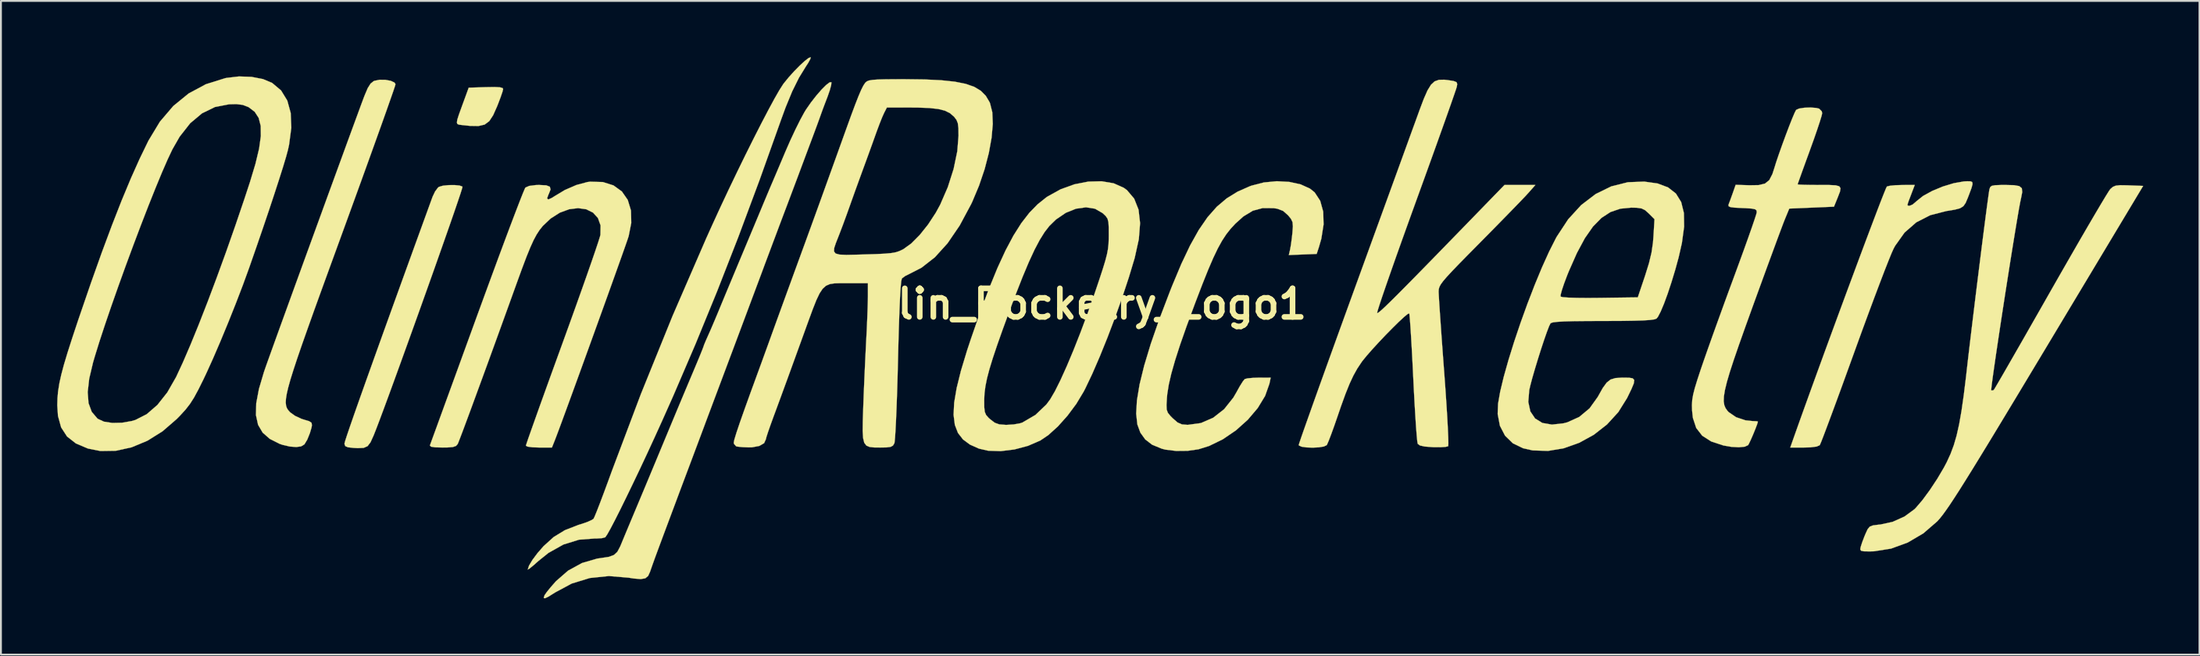
<source format=kicad_pcb>
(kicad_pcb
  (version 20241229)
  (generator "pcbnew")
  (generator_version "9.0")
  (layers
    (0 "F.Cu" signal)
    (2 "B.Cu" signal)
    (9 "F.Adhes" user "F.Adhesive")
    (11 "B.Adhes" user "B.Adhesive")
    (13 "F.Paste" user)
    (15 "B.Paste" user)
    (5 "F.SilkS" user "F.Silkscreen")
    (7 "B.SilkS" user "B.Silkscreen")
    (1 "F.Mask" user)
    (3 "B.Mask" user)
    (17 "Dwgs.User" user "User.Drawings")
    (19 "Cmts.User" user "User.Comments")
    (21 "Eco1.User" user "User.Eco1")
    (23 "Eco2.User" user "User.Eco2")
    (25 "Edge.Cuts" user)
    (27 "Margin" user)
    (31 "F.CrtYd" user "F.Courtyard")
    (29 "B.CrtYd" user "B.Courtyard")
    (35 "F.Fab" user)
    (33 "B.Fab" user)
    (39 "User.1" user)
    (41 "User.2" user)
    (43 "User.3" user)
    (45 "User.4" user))
  (footprint "Olin_Rocketry_Logo1"
    (layer "F.Cu")
    (at 54.936 13.17)
    (property "Reference" "Olin_Rocketry_Logo1" (at 0 0 0) (layer "F.SilkS") (effects (font (size 1.524 1.524) (thickness 0.3))))
    (attr through_hole)
    (fp_poly (pts (xy -31.32 -11.562) (xy -31.177 -11.521) (xy -31.148 -11.469) (xy -31.185 -11.321) (xy -31.281 -11.039) (xy -31.419 -10.675) (xy -31.475 -10.535) (xy -31.682 -10.071) (xy -31.887 -9.758) (xy -32.134 -9.573) (xy -32.463 -9.496) (xy -32.915 -9.503) (xy -33.342 -9.548) (xy -33.489 -9.566) (xy -33.582 -9.598) (xy -33.617 -9.677) (xy -33.594 -9.835) (xy -33.509 -10.102) (xy -33.361 -10.512) (xy -33.261 -10.785) (xy -32.985 -11.541) (xy -32.065 -11.57) (xy -31.606 -11.577) (xy -31.32 -11.562)) (stroke (width 0.01) (type solid)) (fill yes) (layer "F.SilkS"))
    (fp_poly (pts (xy -33.471 -6.319) (xy -33.322 -6.263) (xy -33.317 -6.256) (xy -33.342 -6.151) (xy -33.429 -5.875) (xy -33.573 -5.447) (xy -33.765 -4.885) (xy -34 -4.208) (xy -34.271 -3.435) (xy -34.571 -2.583) (xy -34.893 -1.672) (xy -35.232 -0.72) (xy -35.58 0.255) (xy -35.931 1.233) (xy -36.278 2.197) (xy -36.614 3.127) (xy -36.933 4.006) (xy -37.228 4.814) (xy -37.493 5.533) (xy -37.721 6.145) (xy -37.905 6.63) (xy -38.039 6.971) (xy -38.059 7.02) (xy -38.222 7.379) (xy -38.378 7.586) (xy -38.588 7.679) (xy -38.909 7.692) (xy -39.133 7.68) (xy -39.428 7.647) (xy -39.571 7.584) (xy -39.612 7.465) (xy -39.612 7.447) (xy -39.577 7.315) (xy -39.475 6.999) (xy -39.307 6.506) (xy -39.076 5.84) (xy -38.782 5.007) (xy -38.429 4.014) (xy -38.018 2.865) (xy -37.552 1.566) (xy -37.032 0.124) (xy -36.46 -1.458) (xy -35.839 -3.172) (xy -35.17 -5.013) (xy -34.913 -5.721) (xy -34.777 -6.006) (xy -34.623 -6.211) (xy -34.57 -6.25) (xy -34.362 -6.311) (xy -34.062 -6.342) (xy -33.741 -6.345) (xy -33.471 -6.319)) (stroke (width 0.01) (type solid)) (fill yes) (layer "F.SilkS"))
    (fp_poly (pts (xy -14.741 -13.162) (xy -14.768 -13.062) (xy -14.884 -12.852) (xy -14.995 -12.682) (xy -15.37 -12.072) (xy -15.728 -11.35) (xy -16.085 -10.484) (xy -16.325 -9.827) (xy -17.469 -6.621) (xy -18.602 -3.58) (xy -19.738 -0.671) (xy -20.889 2.14) (xy -22.069 4.889) (xy -22.675 6.249) (xy -23.062 7.101) (xy -23.456 7.956) (xy -23.848 8.793) (xy -24.229 9.591) (xy -24.587 10.331) (xy -24.912 10.993) (xy -25.196 11.555) (xy -25.428 11.998) (xy -25.598 12.3) (xy -25.696 12.443) (xy -25.704 12.449) (xy -25.884 12.497) (xy -26.166 12.515) (xy -26.248 12.513) (xy -27.102 12.578) (xy -27.936 12.837) (xy -28.733 13.284) (xy -29.266 13.713) (xy -29.534 13.95) (xy -29.734 14.112) (xy -29.831 14.171) (xy -29.835 14.167) (xy -29.768 13.961) (xy -29.587 13.657) (xy -29.32 13.299) (xy -28.999 12.93) (xy -28.991 12.922) (xy -28.452 12.435) (xy -27.854 12.07) (xy -27.132 11.789) (xy -26.992 11.747) (xy -26.667 11.637) (xy -26.42 11.526) (xy -26.326 11.461) (xy -26.266 11.336) (xy -26.148 11.048) (xy -25.983 10.624) (xy -25.782 10.091) (xy -25.554 9.476) (xy -25.351 8.92) (xy -23.801 4.807) (xy -22.113 0.641) (xy -20.311 -3.513) (xy -20.009 -4.183) (xy -19.581 -5.117) (xy -19.134 -6.07) (xy -18.679 -7.019) (xy -18.228 -7.943) (xy -17.791 -8.82) (xy -17.38 -9.627) (xy -17.006 -10.343) (xy -16.68 -10.946) (xy -16.413 -11.413) (xy -16.215 -11.723) (xy -16.185 -11.765) (xy -15.924 -12.086) (xy -15.628 -12.415) (xy -15.329 -12.719) (xy -15.06 -12.966) (xy -14.855 -13.125) (xy -14.744 -13.165) (xy -14.741 -13.162)) (stroke (width 0.01) (type solid)) (fill yes) (layer "F.SilkS"))
    (fp_poly (pts (xy 47.12 -6.545) (xy 47.213 -6.507) (xy 47.231 -6.4) (xy 47.174 -6.189) (xy 47.044 -5.838) (xy 46.97 -5.648) (xy 46.858 -5.386) (xy 46.738 -5.216) (xy 46.562 -5.107) (xy 46.283 -5.032) (xy 45.852 -4.961) (xy 45.836 -4.959) (xy 44.973 -4.738) (xy 44.229 -4.356) (xy 43.604 -3.811) (xy 43.101 -3.105) (xy 43.019 -2.953) (xy 42.915 -2.723) (xy 42.752 -2.324) (xy 42.537 -1.779) (xy 42.28 -1.107) (xy 41.987 -0.331) (xy 41.667 0.529) (xy 41.328 1.45) (xy 40.979 2.412) (xy 40.922 2.57) (xy 40.58 3.513) (xy 40.258 4.401) (xy 39.96 5.214) (xy 39.694 5.934) (xy 39.467 6.543) (xy 39.286 7.023) (xy 39.157 7.355) (xy 39.087 7.52) (xy 39.08 7.534) (xy 38.914 7.609) (xy 38.571 7.652) (xy 38.244 7.66) (xy 37.506 7.66) (xy 37.693 7.131) (xy 37.97 6.35) (xy 38.282 5.482) (xy 38.621 4.543) (xy 38.981 3.552) (xy 39.355 2.525) (xy 39.738 1.48) (xy 40.123 0.434) (xy 40.503 -0.596) (xy 40.873 -1.591) (xy 41.224 -2.536) (xy 41.552 -3.412) (xy 41.85 -4.203) (xy 42.111 -4.891) (xy 42.329 -5.459) (xy 42.498 -5.889) (xy 42.61 -6.164) (xy 42.661 -6.267) (xy 42.661 -6.267) (xy 42.821 -6.308) (xy 43.117 -6.337) (xy 43.467 -6.348) (xy 44.147 -6.35) (xy 43.946 -5.821) (xy 43.824 -5.501) (xy 43.766 -5.327) (xy 43.766 -5.255) (xy 43.82 -5.24) (xy 43.878 -5.241) (xy 44.035 -5.309) (xy 44.231 -5.474) (xy 44.239 -5.484) (xy 44.589 -5.763) (xy 45.079 -6.033) (xy 45.647 -6.268) (xy 46.231 -6.445) (xy 46.771 -6.54) (xy 46.951 -6.549) (xy 47.12 -6.545)) (stroke (width 0.01) (type solid)) (fill yes) (layer "F.SilkS"))
    (fp_poly (pts (xy -37.426 -11.96) (xy -37.139 -11.906) (xy -36.942 -11.813) (xy -36.89 -11.725) (xy -36.924 -11.608) (xy -37.022 -11.316) (xy -37.18 -10.864) (xy -37.391 -10.264) (xy -37.651 -9.533) (xy -37.956 -8.683) (xy -38.299 -7.729) (xy -38.676 -6.685) (xy -39.082 -5.566) (xy -39.511 -4.386) (xy -39.782 -3.642) (xy -40.328 -2.144) (xy -40.809 -0.822) (xy -41.227 0.333) (xy -41.585 1.336) (xy -41.889 2.197) (xy -42.14 2.928) (xy -42.342 3.542) (xy -42.5 4.05) (xy -42.615 4.464) (xy -42.692 4.797) (xy -42.734 5.06) (xy -42.745 5.265) (xy -42.727 5.425) (xy -42.686 5.55) (xy -42.623 5.653) (xy -42.542 5.747) (xy -42.502 5.788) (xy -42.241 5.974) (xy -41.898 6.132) (xy -41.777 6.17) (xy -41.497 6.254) (xy -41.369 6.339) (xy -41.348 6.47) (xy -41.369 6.595) (xy -41.457 6.894) (xy -41.589 7.221) (xy -41.604 7.253) (xy -41.749 7.492) (xy -41.926 7.599) (xy -42.182 7.633) (xy -42.522 7.608) (xy -42.915 7.517) (xy -43.08 7.46) (xy -43.597 7.198) (xy -43.976 6.865) (xy -44.221 6.447) (xy -44.334 5.929) (xy -44.318 5.298) (xy -44.175 4.537) (xy -43.908 3.634) (xy -43.818 3.373) (xy -43.699 3.038) (xy -43.521 2.543) (xy -43.292 1.907) (xy -43.019 1.151) (xy -42.708 0.294) (xy -42.368 -0.644) (xy -42.005 -1.643) (xy -41.627 -2.683) (xy -41.24 -3.745) (xy -40.853 -4.808) (xy -40.473 -5.852) (xy -40.105 -6.859) (xy -39.759 -7.807) (xy -39.441 -8.678) (xy -39.158 -9.45) (xy -38.917 -10.105) (xy -38.727 -10.623) (xy -38.593 -10.983) (xy -38.541 -11.119) (xy -38.372 -11.517) (xy -38.219 -11.76) (xy -38.055 -11.89) (xy -38.013 -11.908) (xy -37.738 -11.964) (xy -37.426 -11.96)) (stroke (width 0.01) (type solid)) (fill yes) (layer "F.SilkS"))
    (fp_poly (pts (xy 10.787 -6.514) (xy 11.391 -6.381) (xy 11.887 -6.156) (xy 12.138 -5.955) (xy 12.434 -5.504) (xy 12.594 -4.926) (xy 12.614 -4.245) (xy 12.494 -3.484) (xy 12.37 -3.051) (xy 12.246 -2.671) (xy 11.503 -2.641) (xy 10.76 -2.611) (xy 10.825 -2.893) (xy 10.871 -3.149) (xy 10.92 -3.512) (xy 10.951 -3.789) (xy 10.977 -4.14) (xy 10.958 -4.366) (xy 10.874 -4.543) (xy 10.719 -4.732) (xy 10.455 -4.965) (xy 10.149 -5.082) (xy 9.95 -5.113) (xy 9.364 -5.117) (xy 8.842 -4.977) (xy 8.34 -4.674) (xy 7.912 -4.29) (xy 7.655 -4.012) (xy 7.42 -3.714) (xy 7.195 -3.37) (xy 6.968 -2.958) (xy 6.727 -2.453) (xy 6.46 -1.833) (xy 6.156 -1.074) (xy 5.802 -0.151) (xy 5.728 0.045) (xy 5.306 1.19) (xy 4.962 2.171) (xy 4.693 3.006) (xy 4.492 3.712) (xy 4.355 4.308) (xy 4.275 4.813) (xy 4.257 5.011) (xy 4.235 5.391) (xy 4.245 5.633) (xy 4.307 5.804) (xy 4.436 5.966) (xy 4.563 6.095) (xy 4.822 6.321) (xy 5.059 6.426) (xy 5.364 6.451) (xy 6.072 6.354) (xy 6.726 6.07) (xy 7.309 5.614) (xy 7.801 4.996) (xy 7.962 4.719) (xy 8.143 4.393) (xy 8.302 4.139) (xy 8.405 4.01) (xy 8.408 4.008) (xy 8.56 3.969) (xy 8.848 3.942) (xy 9.155 3.932) (xy 9.793 3.931) (xy 9.724 4.259) (xy 9.495 4.906) (xy 9.1 5.555) (xy 8.571 6.178) (xy 7.941 6.742) (xy 7.241 7.219) (xy 6.505 7.578) (xy 5.944 7.753) (xy 5.365 7.836) (xy 4.745 7.842) (xy 4.179 7.773) (xy 3.979 7.721) (xy 3.469 7.511) (xy 3.102 7.229) (xy 2.841 6.866) (xy 2.68 6.426) (xy 2.618 5.853) (xy 2.658 5.143) (xy 2.8 4.289) (xy 3.046 3.287) (xy 3.395 2.132) (xy 3.851 0.818) (xy 4.414 -0.66) (xy 4.536 -0.968) (xy 5.026 -2.137) (xy 5.495 -3.125) (xy 5.957 -3.951) (xy 6.427 -4.633) (xy 6.918 -5.188) (xy 7.445 -5.635) (xy 8.023 -5.991) (xy 8.665 -6.276) (xy 8.769 -6.314) (xy 9.431 -6.485) (xy 10.119 -6.55) (xy 10.787 -6.514)) (stroke (width 0.01) (type solid)) (fill yes) (layer "F.SilkS"))
    (fp_poly (pts (xy 1.417 -6.439) (xy 1.958 -6.198) (xy 2.128 -6.073) (xy 2.511 -5.621) (xy 2.744 -5.034) (xy 2.826 -4.313) (xy 2.759 -3.458) (xy 2.541 -2.468) (xy 2.525 -2.411) (xy 2.229 -1.428) (xy 1.879 -0.37) (xy 1.492 0.719) (xy 1.084 1.795) (xy 0.671 2.816) (xy 0.271 3.738) (xy -0.101 4.518) (xy -0.184 4.678) (xy -0.576 5.33) (xy -1.047 5.963) (xy -1.557 6.533) (xy -2.069 6.997) (xy -2.492 7.283) (xy -3.154 7.571) (xy -3.877 7.763) (xy -4.604 7.852) (xy -5.278 7.831) (xy -5.77 7.718) (xy -6.246 7.505) (xy -6.618 7.231) (xy -6.888 6.884) (xy -7.055 6.45) (xy -7.122 5.915) (xy -7.09 5.264) (xy -7.066 5.123) (xy -5.489 5.123) (xy -5.486 5.51) (xy -5.458 5.756) (xy -5.387 5.925) (xy -5.253 6.076) (xy -5.164 6.156) (xy -4.926 6.338) (xy -4.684 6.425) (xy -4.346 6.451) (xy -4.287 6.451) (xy -3.917 6.428) (xy -3.585 6.37) (xy -3.457 6.329) (xy -2.758 5.922) (xy -2.173 5.364) (xy -1.969 5.089) (xy -1.717 4.657) (xy -1.418 4.058) (xy -1.083 3.317) (xy -0.724 2.462) (xy -0.351 1.517) (xy 0.025 0.51) (xy 0.392 -0.534) (xy 0.424 -0.627) (xy 0.662 -1.333) (xy 0.842 -1.883) (xy 0.972 -2.311) (xy 1.06 -2.65) (xy 1.114 -2.935) (xy 1.143 -3.2) (xy 1.154 -3.478) (xy 1.156 -3.662) (xy 1.154 -4.09) (xy 1.137 -4.368) (xy 1.089 -4.55) (xy 0.996 -4.688) (xy 0.844 -4.833) (xy 0.83 -4.846) (xy 0.423 -5.082) (xy -0.062 -5.158) (xy -0.593 -5.083) (xy -1.136 -4.864) (xy -1.658 -4.509) (xy -2.013 -4.163) (xy -2.267 -3.836) (xy -2.529 -3.416) (xy -2.808 -2.887) (xy -3.111 -2.231) (xy -3.448 -1.428) (xy -3.827 -0.462) (xy -4.121 0.32) (xy -4.492 1.331) (xy -4.792 2.178) (xy -5.029 2.885) (xy -5.209 3.473) (xy -5.339 3.967) (xy -5.424 4.388) (xy -5.472 4.761) (xy -5.489 5.106) (xy -5.489 5.123) (xy -7.066 5.123) (xy -6.958 4.485) (xy -6.729 3.562) (xy -6.403 2.483) (xy -6.198 1.865) (xy -5.697 0.422) (xy -5.226 -0.836) (xy -4.78 -1.925) (xy -4.349 -2.859) (xy -3.928 -3.651) (xy -3.507 -4.316) (xy -3.079 -4.868) (xy -2.638 -5.321) (xy -2.175 -5.69) (xy -2.109 -5.734) (xy -1.412 -6.12) (xy -0.675 -6.386) (xy 0.065 -6.53) (xy 0.774 -6.548) (xy 1.417 -6.439)) (stroke (width 0.01) (type solid)) (fill yes) (layer "F.SilkS"))
    (fp_poly (pts (xy 49.442 -6.339) (xy 49.721 -6.29) (xy 49.858 -6.175) (xy 49.88 -5.97) (xy 49.817 -5.648) (xy 49.81 -5.617) (xy 49.764 -5.396) (xy 49.694 -5.014) (xy 49.605 -4.492) (xy 49.499 -3.854) (xy 49.38 -3.123) (xy 49.251 -2.322) (xy 49.117 -1.473) (xy 48.98 -0.6) (xy 48.845 0.276) (xy 48.714 1.131) (xy 48.592 1.942) (xy 48.481 2.687) (xy 48.386 3.342) (xy 48.309 3.885) (xy 48.255 4.293) (xy 48.227 4.544) (xy 48.225 4.615) (xy 48.332 4.61) (xy 48.368 4.579) (xy 48.432 4.477) (xy 48.586 4.215) (xy 48.822 3.809) (xy 49.13 3.274) (xy 49.502 2.626) (xy 49.929 1.882) (xy 50.401 1.055) (xy 50.91 0.163) (xy 51.404 -0.706) (xy 51.943 -1.65) (xy 52.458 -2.547) (xy 52.938 -3.381) (xy 53.375 -4.134) (xy 53.76 -4.791) (xy 54.082 -5.335) (xy 54.332 -5.751) (xy 54.501 -6.022) (xy 54.576 -6.128) (xy 54.709 -6.246) (xy 54.865 -6.312) (xy 55.099 -6.338) (xy 55.467 -6.333) (xy 55.563 -6.329) (xy 56.33 -6.3) (xy 51.157 2.318) (xy 50.284 3.77) (xy 49.508 5.06) (xy 48.822 6.196) (xy 48.22 7.191) (xy 47.694 8.053) (xy 47.239 8.794) (xy 46.848 9.423) (xy 46.515 9.952) (xy 46.233 10.389) (xy 45.996 10.747) (xy 45.796 11.035) (xy 45.629 11.263) (xy 45.487 11.441) (xy 45.363 11.581) (xy 45.342 11.603) (xy 44.605 12.24) (xy 43.773 12.729) (xy 42.883 13.054) (xy 41.97 13.198) (xy 41.747 13.204) (xy 41.435 13.199) (xy 41.281 13.167) (xy 41.24 13.089) (xy 41.264 12.961) (xy 41.341 12.721) (xy 41.463 12.4) (xy 41.517 12.271) (xy 41.631 12.023) (xy 41.743 11.884) (xy 41.917 11.815) (xy 42.214 11.777) (xy 42.316 11.768) (xy 42.968 11.626) (xy 43.598 11.343) (xy 44.129 10.954) (xy 44.204 10.879) (xy 44.558 10.464) (xy 44.953 9.927) (xy 45.348 9.329) (xy 45.701 8.731) (xy 45.856 8.437) (xy 46.056 8.001) (xy 46.229 7.538) (xy 46.38 7.02) (xy 46.515 6.419) (xy 46.64 5.707) (xy 46.762 4.856) (xy 46.887 3.838) (xy 46.916 3.578) (xy 46.99 2.932) (xy 47.078 2.184) (xy 47.177 1.358) (xy 47.284 0.477) (xy 47.395 -0.435) (xy 47.509 -1.353) (xy 47.622 -2.256) (xy 47.73 -3.119) (xy 47.832 -3.918) (xy 47.924 -4.63) (xy 48.003 -5.231) (xy 48.067 -5.698) (xy 48.111 -6.007) (xy 48.131 -6.123) (xy 48.172 -6.236) (xy 48.258 -6.304) (xy 48.433 -6.337) (xy 48.742 -6.349) (xy 48.991 -6.35) (xy 49.442 -6.339)) (stroke (width 0.01) (type solid)) (fill yes) (layer "F.SilkS"))
    (fp_poly (pts (xy -25.828 -6.506) (xy -25.261 -6.326) (xy -24.815 -6.003) (xy -24.501 -5.551) (xy -24.33 -4.987) (xy -24.314 -4.326) (xy -24.453 -3.622) (xy -24.512 -3.442) (xy -24.633 -3.094) (xy -24.807 -2.601) (xy -25.027 -1.984) (xy -25.284 -1.266) (xy -25.57 -0.468) (xy -25.878 0.387) (xy -26.2 1.279) (xy -26.527 2.184) (xy -26.852 3.081) (xy -27.167 3.949) (xy -27.464 4.764) (xy -27.735 5.506) (xy -27.972 6.151) (xy -28.167 6.679) (xy -28.313 7.068) (xy -28.395 7.282) (xy -28.546 7.66) (xy -29.241 7.66) (xy -29.586 7.647) (xy -29.834 7.614) (xy -29.935 7.566) (xy -29.936 7.564) (xy -29.902 7.454) (xy -29.806 7.171) (xy -29.652 6.734) (xy -29.448 6.16) (xy -29.2 5.464) (xy -28.913 4.666) (xy -28.594 3.782) (xy -28.248 2.829) (xy -27.982 2.096) (xy -27.618 1.091) (xy -27.274 0.134) (xy -26.956 -0.759) (xy -26.67 -1.568) (xy -26.424 -2.274) (xy -26.223 -2.86) (xy -26.074 -3.307) (xy -25.984 -3.595) (xy -25.959 -3.691) (xy -25.951 -4.191) (xy -26.093 -4.588) (xy -26.357 -4.876) (xy -26.718 -5.053) (xy -27.151 -5.114) (xy -27.628 -5.055) (xy -28.125 -4.872) (xy -28.614 -4.561) (xy -29.03 -4.166) (xy -29.201 -3.954) (xy -29.362 -3.708) (xy -29.526 -3.403) (xy -29.703 -3.012) (xy -29.908 -2.508) (xy -30.151 -1.864) (xy -30.429 -1.1) (xy -30.806 -0.054) (xy -31.184 0.991) (xy -31.556 2.018) (xy -31.916 3.009) (xy -32.258 3.945) (xy -32.575 4.809) (xy -32.859 5.584) (xy -33.106 6.25) (xy -33.307 6.79) (xy -33.458 7.187) (xy -33.55 7.422) (xy -33.574 7.476) (xy -33.663 7.576) (xy -33.827 7.633) (xy -34.115 7.657) (xy -34.385 7.66) (xy -34.775 7.65) (xy -34.989 7.617) (xy -35.055 7.556) (xy -35.05 7.534) (xy -35.009 7.421) (xy -34.904 7.133) (xy -34.741 6.687) (xy -34.527 6.098) (xy -34.266 5.381) (xy -33.964 4.552) (xy -33.626 3.625) (xy -33.26 2.617) (xy -32.869 1.543) (xy -32.551 0.668) (xy -32.143 -0.448) (xy -31.753 -1.51) (xy -31.387 -2.503) (xy -31.049 -3.411) (xy -30.746 -4.219) (xy -30.483 -4.91) (xy -30.267 -5.471) (xy -30.104 -5.885) (xy -29.998 -6.137) (xy -29.96 -6.211) (xy -29.758 -6.3) (xy -29.398 -6.346) (xy -29.223 -6.35) (xy -28.851 -6.331) (xy -28.658 -6.258) (xy -28.62 -6.109) (xy -28.718 -5.861) (xy -28.734 -5.831) (xy -28.805 -5.633) (xy -28.737 -5.576) (xy -28.541 -5.664) (xy -28.455 -5.721) (xy -27.86 -6.08) (xy -27.235 -6.351) (xy -26.65 -6.507) (xy -26.505 -6.525) (xy -25.828 -6.506)) (stroke (width 0.01) (type solid)) (fill yes) (layer "F.SilkS"))
    (fp_poly (pts (xy -44.567 -12.118) (xy -43.957 -12) (xy -43.47 -11.795) (xy -42.992 -11.392) (xy -42.662 -10.854) (xy -42.48 -10.189) (xy -42.448 -9.401) (xy -42.567 -8.496) (xy -42.629 -8.215) (xy -42.727 -7.853) (xy -42.885 -7.326) (xy -43.097 -6.656) (xy -43.353 -5.868) (xy -43.646 -4.984) (xy -43.969 -4.03) (xy -44.314 -3.027) (xy -44.672 -2.001) (xy -44.7 -1.921) (xy -45.032 -1.009) (xy -45.411 -0.021) (xy -45.816 0.994) (xy -46.227 1.988) (xy -46.624 2.91) (xy -46.987 3.711) (xy -47.13 4.012) (xy -47.408 4.572) (xy -47.637 4.995) (xy -47.853 5.333) (xy -48.087 5.634) (xy -48.373 5.948) (xy -48.56 6.139) (xy -49.314 6.792) (xy -50.124 7.298) (xy -50.965 7.648) (xy -51.809 7.834) (xy -52.631 7.846) (xy -53.297 7.714) (xy -53.938 7.442) (xy -54.41 7.072) (xy -54.725 6.587) (xy -54.894 5.973) (xy -54.931 5.405) (xy -54.92 5.027) (xy -54.891 4.705) (xy -53.309 4.705) (xy -53.264 5.291) (xy -53.093 5.755) (xy -52.793 6.108) (xy -52.764 6.131) (xy -52.444 6.279) (xy -51.996 6.348) (xy -51.479 6.337) (xy -50.953 6.245) (xy -50.76 6.187) (xy -50.161 5.881) (xy -49.59 5.387) (xy -49.062 4.719) (xy -48.593 3.899) (xy -48.232 3.122) (xy -47.825 2.177) (xy -47.381 1.089) (xy -46.91 -0.116) (xy -46.423 -1.411) (xy -45.927 -2.773) (xy -45.435 -4.174) (xy -44.954 -5.59) (xy -44.654 -6.501) (xy -44.36 -7.477) (xy -44.165 -8.292) (xy -44.072 -8.962) (xy -44.079 -9.502) (xy -44.188 -9.927) (xy -44.398 -10.252) (xy -44.71 -10.491) (xy -44.752 -10.514) (xy -45.038 -10.623) (xy -45.378 -10.665) (xy -45.77 -10.655) (xy -46.522 -10.509) (xy -47.212 -10.172) (xy -47.84 -9.645) (xy -48.403 -8.928) (xy -48.792 -8.249) (xy -49.045 -7.713) (xy -49.35 -7.013) (xy -49.695 -6.178) (xy -50.072 -5.235) (xy -50.468 -4.213) (xy -50.874 -3.139) (xy -51.28 -2.042) (xy -51.674 -0.95) (xy -52.047 0.109) (xy -52.388 1.107) (xy -52.687 2.017) (xy -52.932 2.809) (xy -53.022 3.117) (xy -53.228 3.985) (xy -53.309 4.705) (xy -54.891 4.705) (xy -54.885 4.647) (xy -54.82 4.238) (xy -54.718 3.774) (xy -54.573 3.23) (xy -54.377 2.578) (xy -54.125 1.793) (xy -53.811 0.849) (xy -53.762 0.706) (xy -53.139 -1.108) (xy -52.558 -2.74) (xy -52.012 -4.205) (xy -51.498 -5.518) (xy -51.008 -6.694) (xy -50.537 -7.747) (xy -50.079 -8.691) (xy -50.065 -8.719) (xy -49.457 -9.727) (xy -48.742 -10.565) (xy -47.924 -11.232) (xy -47.004 -11.726) (xy -45.983 -12.046) (xy -45.908 -12.062) (xy -45.238 -12.141) (xy -44.567 -12.118)) (stroke (width 0.01) (type solid)) (fill yes) (layer "F.SilkS"))
    (fp_poly (pts (xy 38.893 -10.46) (xy 39.049 -10.421) (xy 39.186 -10.281) (xy 39.209 -10.178) (xy 39.175 -10.028) (xy 39.082 -9.724) (xy 38.94 -9.296) (xy 38.761 -8.779) (xy 38.554 -8.206) (xy 38.554 -8.203) (xy 38.349 -7.642) (xy 38.17 -7.149) (xy 38.029 -6.755) (xy 37.934 -6.489) (xy 37.898 -6.381) (xy 37.898 -6.381) (xy 37.993 -6.369) (xy 38.249 -6.359) (xy 38.626 -6.352) (xy 39.058 -6.35) (xy 39.578 -6.349) (xy 39.923 -6.332) (xy 40.118 -6.281) (xy 40.188 -6.177) (xy 40.16 -6.001) (xy 40.058 -5.734) (xy 40.022 -5.644) (xy 39.838 -5.191) (xy 37.454 -5.09) (xy 37.225 -4.536) (xy 37.141 -4.323) (xy 36.998 -3.944) (xy 36.803 -3.421) (xy 36.566 -2.777) (xy 36.293 -2.036) (xy 35.995 -1.22) (xy 35.679 -0.353) (xy 35.514 0.101) (xy 35.109 1.224) (xy 34.771 2.176) (xy 34.497 2.972) (xy 34.283 3.628) (xy 34.126 4.162) (xy 34.022 4.59) (xy 33.967 4.927) (xy 33.957 5.191) (xy 33.988 5.398) (xy 34.058 5.564) (xy 34.161 5.706) (xy 34.222 5.771) (xy 34.615 6.041) (xy 35.115 6.208) (xy 35.505 6.249) (xy 35.706 6.257) (xy 35.782 6.274) (xy 35.744 6.408) (xy 35.649 6.66) (xy 35.525 6.965) (xy 35.398 7.256) (xy 35.295 7.47) (xy 35.257 7.534) (xy 35.079 7.616) (xy 34.762 7.646) (xy 34.36 7.624) (xy 33.941 7.551) (xy 33.289 7.336) (xy 32.811 7.03) (xy 32.49 6.617) (xy 32.313 6.081) (xy 32.27 5.692) (xy 32.262 5.398) (xy 32.277 5.13) (xy 32.325 4.843) (xy 32.413 4.495) (xy 32.552 4.041) (xy 32.739 3.474) (xy 32.9 3.005) (xy 33.118 2.383) (xy 33.38 1.646) (xy 33.675 0.828) (xy 33.987 -0.033) (xy 34.305 -0.902) (xy 34.475 -1.361) (xy 34.762 -2.143) (xy 35.027 -2.87) (xy 35.26 -3.521) (xy 35.454 -4.072) (xy 35.6 -4.5) (xy 35.691 -4.781) (xy 35.718 -4.888) (xy 35.707 -4.99) (xy 35.63 -5.054) (xy 35.447 -5.091) (xy 35.118 -5.113) (xy 34.941 -5.12) (xy 34.546 -5.139) (xy 34.317 -5.168) (xy 34.217 -5.216) (xy 34.211 -5.293) (xy 34.221 -5.321) (xy 34.297 -5.521) (xy 34.403 -5.814) (xy 34.443 -5.926) (xy 34.594 -6.358) (xy 35.335 -6.335) (xy 35.822 -6.343) (xy 36.157 -6.424) (xy 36.386 -6.609) (xy 36.552 -6.929) (xy 36.648 -7.223) (xy 36.758 -7.576) (xy 36.909 -8.02) (xy 37.085 -8.515) (xy 37.271 -9.021) (xy 37.452 -9.498) (xy 37.614 -9.906) (xy 37.741 -10.205) (xy 37.818 -10.354) (xy 37.82 -10.357) (xy 37.975 -10.427) (xy 38.256 -10.471) (xy 38.587 -10.483) (xy 38.893 -10.46)) (stroke (width 0.01) (type solid)) (fill yes) (layer "F.SilkS"))
    (fp_poly (pts (xy 30.426 -6.431) (xy 30.988 -6.22) (xy 31.408 -5.892) (xy 31.689 -5.438) (xy 31.833 -4.853) (xy 31.845 -4.127) (xy 31.727 -3.256) (xy 31.556 -2.501) (xy 31.37 -1.821) (xy 31.169 -1.159) (xy 30.966 -0.546) (xy 30.77 -0.012) (xy 30.593 0.409) (xy 30.447 0.688) (xy 30.371 0.781) (xy 30.256 0.822) (xy 30.026 0.854) (xy 29.664 0.878) (xy 29.152 0.894) (xy 28.474 0.904) (xy 27.614 0.907) (xy 27.51 0.907) (xy 26.645 0.91) (xy 25.965 0.917) (xy 25.452 0.931) (xy 25.087 0.953) (xy 24.854 0.981) (xy 24.736 1.019) (xy 24.719 1.033) (xy 24.642 1.187) (xy 24.524 1.495) (xy 24.376 1.918) (xy 24.211 2.417) (xy 24.042 2.952) (xy 23.881 3.483) (xy 23.74 3.97) (xy 23.634 4.375) (xy 23.583 4.601) (xy 23.533 5.227) (xy 23.642 5.733) (xy 23.896 6.11) (xy 24.284 6.349) (xy 24.794 6.437) (xy 25.414 6.367) (xy 25.615 6.315) (xy 26.254 6.026) (xy 26.803 5.567) (xy 27.24 4.957) (xy 27.257 4.925) (xy 27.504 4.485) (xy 27.712 4.198) (xy 27.924 4.031) (xy 28.183 3.953) (xy 28.531 3.931) (xy 28.599 3.931) (xy 28.909 3.935) (xy 29.102 3.967) (xy 29.185 4.057) (xy 29.162 4.235) (xy 29.039 4.532) (xy 28.823 4.978) (xy 28.802 5.02) (xy 28.334 5.771) (xy 27.732 6.429) (xy 27.027 6.98) (xy 26.247 7.408) (xy 25.424 7.7) (xy 24.589 7.84) (xy 23.77 7.814) (xy 23.259 7.701) (xy 22.71 7.435) (xy 22.293 7.029) (xy 22.019 6.5) (xy 21.9 5.869) (xy 21.921 5.318) (xy 22.034 4.677) (xy 22.223 3.89) (xy 22.476 2.991) (xy 22.78 2.015) (xy 23.123 0.998) (xy 23.493 -0.027) (xy 23.636 -0.394) (xy 25.254 -0.394) (xy 25.373 -0.363) (xy 25.671 -0.34) (xy 26.126 -0.326) (xy 26.715 -0.321) (xy 27.344 -0.326) (xy 29.374 -0.353) (xy 29.764 -1.512) (xy 29.971 -2.177) (xy 30.106 -2.74) (xy 30.184 -3.278) (xy 30.209 -3.598) (xy 30.265 -4.524) (xy 29.957 -4.832) (xy 29.763 -5.005) (xy 29.573 -5.098) (xy 29.314 -5.135) (xy 29.018 -5.14) (xy 28.44 -5.084) (xy 27.917 -4.906) (xy 27.436 -4.593) (xy 26.985 -4.133) (xy 26.552 -3.513) (xy 26.126 -2.72) (xy 25.694 -1.743) (xy 25.608 -1.53) (xy 25.447 -1.104) (xy 25.326 -0.743) (xy 25.259 -0.492) (xy 25.254 -0.394) (xy 23.636 -0.394) (xy 23.878 -1.023) (xy 24.265 -1.956) (xy 24.643 -2.792) (xy 24.998 -3.495) (xy 25.052 -3.593) (xy 25.661 -4.519) (xy 26.356 -5.279) (xy 27.125 -5.866) (xy 27.959 -6.275) (xy 28.846 -6.497) (xy 29.718 -6.53) (xy 30.426 -6.431)) (stroke (width 0.01) (type solid)) (fill yes) (layer "F.SilkS"))
    (fp_poly (pts (xy -13.637 -11.825) (xy -13.651 -11.678) (xy -13.726 -11.402) (xy -13.847 -11.054) (xy -13.861 -11.019) (xy -14.006 -10.64) (xy -14.132 -10.303) (xy -14.211 -10.081) (xy -14.212 -10.079) (xy -14.286 -9.872) (xy -14.408 -9.536) (xy -14.558 -9.132) (xy -14.618 -8.971) (xy -14.811 -8.456) (xy -15.023 -7.89) (xy -15.211 -7.386) (xy -15.231 -7.333) (xy -15.421 -6.823) (xy -15.636 -6.252) (xy -15.817 -5.77) (xy -16.006 -5.268) (xy -16.221 -4.7) (xy -16.414 -4.187) (xy -16.416 -4.183) (xy -16.556 -3.808) (xy -16.748 -3.298) (xy -16.97 -2.705) (xy -17.203 -2.083) (xy -17.34 -1.713) (xy -17.695 -0.764) (xy -18.001 0.054) (xy -18.28 0.8) (xy -18.553 1.53) (xy -18.843 2.304) (xy -18.848 2.318) (xy -19.043 2.836) (xy -19.26 3.416) (xy -19.453 3.931) (xy -19.647 4.449) (xy -19.865 5.029) (xy -20.058 5.544) (xy -20.25 6.055) (xy -20.462 6.624) (xy -20.65 7.127) (xy -20.652 7.131) (xy -20.84 7.633) (xy -21.053 8.202) (xy -21.245 8.714) (xy -21.247 8.719) (xy -21.461 9.288) (xy -21.721 9.981) (xy -22.005 10.742) (xy -22.294 11.514) (xy -22.566 12.242) (xy -22.799 12.868) (xy -22.905 13.154) (xy -23.059 13.571) (xy -23.197 13.957) (xy -23.296 14.241) (xy -23.311 14.286) (xy -23.413 14.51) (xy -23.565 14.638) (xy -23.809 14.68) (xy -24.184 14.649) (xy -24.454 14.606) (xy -25.509 14.517) (xy -26.526 14.623) (xy -27.492 14.919) (xy -28.372 15.391) (xy -28.717 15.608) (xy -28.917 15.705) (xy -28.987 15.684) (xy -28.942 15.55) (xy -28.933 15.532) (xy -28.816 15.365) (xy -28.605 15.106) (xy -28.344 14.808) (xy -28.324 14.787) (xy -27.685 14.23) (xy -26.94 13.822) (xy -26.133 13.587) (xy -25.936 13.559) (xy -25.515 13.495) (xy -25.24 13.395) (xy -25.055 13.222) (xy -24.905 12.939) (xy -24.868 12.851) (xy -24.77 12.614) (xy -24.613 12.236) (xy -24.415 11.763) (xy -24.196 11.24) (xy -24.111 11.037) (xy -23.852 10.42) (xy -23.573 9.753) (xy -23.305 9.11) (xy -23.08 8.569) (xy -23.058 8.517) (xy -22.591 7.393) (xy -22.187 6.422) (xy -21.832 5.57) (xy -21.511 4.804) (xy -21.211 4.091) (xy -21.026 3.653) (xy -20.825 3.174) (xy -20.655 2.765) (xy -20.532 2.459) (xy -20.467 2.291) (xy -20.461 2.27) (xy -20.423 2.16) (xy -20.323 1.924) (xy -20.219 1.691) (xy -20.065 1.343) (xy -19.872 0.891) (xy -19.674 0.42) (xy -19.626 0.302) (xy -19.463 -0.092) (xy -19.245 -0.618) (xy -18.994 -1.218) (xy -18.735 -1.839) (xy -18.598 -2.167) (xy -18.326 -2.817) (xy -18.034 -3.515) (xy -17.75 -4.194) (xy -17.503 -4.785) (xy -17.418 -4.989) (xy -17.221 -5.462) (xy -17.045 -5.882) (xy -16.909 -6.206) (xy -16.83 -6.39) (xy -16.826 -6.4) (xy -16.758 -6.558) (xy -16.627 -6.866) (xy -16.448 -7.288) (xy -16.237 -7.787) (xy -16.082 -8.153) (xy -15.827 -8.735) (xy -15.558 -9.309) (xy -15.302 -9.823) (xy -15.083 -10.227) (xy -14.996 -10.37) (xy -14.73 -10.752) (xy -14.445 -11.117) (xy -14.167 -11.437) (xy -13.922 -11.682) (xy -13.738 -11.824) (xy -13.642 -11.834) (xy -13.637 -11.825)) (stroke (width 0.01) (type solid)) (fill yes) (layer "F.SilkS"))
    (fp_poly (pts (xy 19.25 -11.944) (xy 19.555 -11.896) (xy 19.704 -11.837) (xy 19.742 -11.737) (xy 19.722 -11.601) (xy 19.679 -11.46) (xy 19.572 -11.147) (xy 19.409 -10.678) (xy 19.195 -10.072) (xy 18.936 -9.344) (xy 18.639 -8.513) (xy 18.309 -7.595) (xy 17.952 -6.607) (xy 17.575 -5.567) (xy 17.535 -5.456) (xy 17.16 -4.419) (xy 16.808 -3.438) (xy 16.484 -2.529) (xy 16.196 -1.71) (xy 15.947 -0.996) (xy 15.744 -0.403) (xy 15.593 0.051) (xy 15.499 0.351) (xy 15.468 0.481) (xy 15.469 0.484) (xy 15.506 0.478) (xy 15.59 0.42) (xy 15.729 0.301) (xy 15.932 0.112) (xy 16.208 -0.156) (xy 16.567 -0.512) (xy 17.016 -0.965) (xy 17.566 -1.523) (xy 18.225 -2.197) (xy 19.002 -2.994) (xy 19.906 -3.923) (xy 20.33 -4.359) (xy 22.263 -6.35) (xy 23.912 -6.35) (xy 23.533 -5.922) (xy 23.368 -5.742) (xy 23.081 -5.442) (xy 22.694 -5.043) (xy 22.229 -4.566) (xy 21.707 -4.033) (xy 21.148 -3.467) (xy 20.952 -3.268) (xy 20.334 -2.643) (xy 19.844 -2.143) (xy 19.467 -1.751) (xy 19.188 -1.45) (xy 18.992 -1.221) (xy 18.865 -1.047) (xy 18.793 -0.911) (xy 18.759 -0.795) (xy 18.751 -0.681) (xy 18.75 -0.647) (xy 18.759 -0.459) (xy 18.78 -0.095) (xy 18.814 0.42) (xy 18.859 1.063) (xy 18.911 1.808) (xy 18.971 2.63) (xy 19.036 3.505) (xy 19.046 3.629) (xy 19.109 4.493) (xy 19.163 5.295) (xy 19.208 6.012) (xy 19.241 6.621) (xy 19.262 7.1) (xy 19.27 7.428) (xy 19.263 7.582) (xy 19.26 7.589) (xy 19.127 7.625) (xy 18.851 7.643) (xy 18.487 7.641) (xy 18.446 7.64) (xy 18.013 7.608) (xy 17.752 7.55) (xy 17.634 7.46) (xy 17.634 7.459) (xy 17.611 7.325) (xy 17.581 7.014) (xy 17.545 6.552) (xy 17.507 5.962) (xy 17.466 5.27) (xy 17.425 4.501) (xy 17.398 3.949) (xy 17.358 3.144) (xy 17.319 2.403) (xy 17.281 1.751) (xy 17.247 1.21) (xy 17.217 0.806) (xy 17.194 0.562) (xy 17.183 0.5) (xy 17.098 0.536) (xy 16.905 0.695) (xy 16.629 0.951) (xy 16.297 1.278) (xy 15.933 1.648) (xy 15.565 2.036) (xy 15.217 2.415) (xy 14.917 2.757) (xy 14.689 3.037) (xy 14.637 3.108) (xy 14.41 3.45) (xy 14.203 3.821) (xy 14 4.256) (xy 13.784 4.792) (xy 13.541 5.463) (xy 13.358 5.997) (xy 13.182 6.505) (xy 13.021 6.95) (xy 12.889 7.294) (xy 12.8 7.499) (xy 12.778 7.534) (xy 12.629 7.606) (xy 12.361 7.65) (xy 12.035 7.666) (xy 11.71 7.655) (xy 11.445 7.617) (xy 11.3 7.552) (xy 11.289 7.524) (xy 11.323 7.41) (xy 11.42 7.122) (xy 11.577 6.672) (xy 11.789 6.074) (xy 12.049 5.342) (xy 12.353 4.491) (xy 12.697 3.534) (xy 13.075 2.485) (xy 13.482 1.358) (xy 13.914 0.167) (xy 14.271 -0.817) (xy 14.731 -2.082) (xy 15.18 -3.319) (xy 15.613 -4.509) (xy 16.023 -5.637) (xy 16.404 -6.686) (xy 16.75 -7.639) (xy 17.055 -8.479) (xy 17.313 -9.191) (xy 17.519 -9.756) (xy 17.665 -10.159) (xy 17.723 -10.321) (xy 17.957 -10.941) (xy 18.155 -11.392) (xy 18.341 -11.696) (xy 18.537 -11.878) (xy 18.764 -11.96) (xy 19.046 -11.967) (xy 19.25 -11.944)) (stroke (width 0.01) (type solid)) (fill yes) (layer "F.SilkS"))
    (fp_poly (pts (xy -8.668 -11.981) (xy -7.781 -11.938) (xy -7.057 -11.862) (xy -6.476 -11.746) (xy -6.019 -11.586) (xy -5.669 -11.375) (xy -5.405 -11.109) (xy -5.21 -10.782) (xy -5.178 -10.713) (xy -5.057 -10.231) (xy -5.031 -9.606) (xy -5.095 -8.871) (xy -5.242 -8.057) (xy -5.466 -7.195) (xy -5.763 -6.317) (xy -6.125 -5.454) (xy -6.186 -5.326) (xy -6.798 -4.185) (xy -7.441 -3.242) (xy -8.119 -2.493) (xy -8.832 -1.936) (xy -9.446 -1.62) (xy -9.701 -1.494) (xy -9.875 -1.364) (xy -9.88 -1.358) (xy -9.914 -1.217) (xy -9.947 -0.879) (xy -9.979 -0.345) (xy -10.011 0.379) (xy -10.042 1.292) (xy -10.073 2.389) (xy -10.087 2.991) (xy -10.11 3.901) (xy -10.136 4.755) (xy -10.164 5.529) (xy -10.192 6.202) (xy -10.22 6.751) (xy -10.246 7.154) (xy -10.27 7.388) (xy -10.281 7.434) (xy -10.356 7.558) (xy -10.482 7.626) (xy -10.713 7.655) (xy -11.028 7.66) (xy -11.357 7.657) (xy -11.602 7.63) (xy -11.775 7.555) (xy -11.887 7.405) (xy -11.948 7.155) (xy -11.971 6.78) (xy -11.965 6.254) (xy -11.942 5.557) (xy -11.914 4.794) (xy -11.877 3.927) (xy -11.837 3.048) (xy -11.798 2.249) (xy -11.787 2.03) (xy -11.754 1.395) (xy -11.727 0.774) (xy -11.706 0.218) (xy -11.694 -0.222) (xy -11.692 -0.414) (xy -11.692 -1.109) (xy -12.745 -1.109) (xy -13.147 -1.11) (xy -13.467 -1.101) (xy -13.722 -1.062) (xy -13.929 -0.972) (xy -14.107 -0.811) (xy -14.274 -0.559) (xy -14.446 -0.196) (xy -14.641 0.298) (xy -14.878 0.943) (xy -15.111 1.587) (xy -15.45 2.521) (xy -15.73 3.294) (xy -15.963 3.935) (xy -16.16 4.473) (xy -16.33 4.938) (xy -16.485 5.359) (xy -16.634 5.764) (xy -16.722 6.001) (xy -16.884 6.447) (xy -17.017 6.827) (xy -17.105 7.099) (xy -17.135 7.221) (xy -17.228 7.427) (xy -17.484 7.575) (xy -17.869 7.648) (xy -18.05 7.652) (xy -18.38 7.639) (xy -18.635 7.613) (xy -18.722 7.594) (xy -18.837 7.461) (xy -18.848 7.395) (xy -18.811 7.221) (xy -18.701 6.861) (xy -18.518 6.318) (xy -18.263 5.595) (xy -17.938 4.693) (xy -17.806 4.334) (xy -17.616 3.813) (xy -17.391 3.197) (xy -17.168 2.582) (xy -17.054 2.268) (xy -16.555 0.888) (xy -16.07 -0.445) (xy -15.622 -1.674) (xy -15.405 -2.268) (xy -15.209 -2.804) (xy -13.501 -2.804) (xy -13.412 -2.691) (xy -13.2 -2.635) (xy -12.844 -2.619) (xy -12.323 -2.63) (xy -11.868 -2.643) (xy -11.246 -2.662) (xy -10.787 -2.685) (xy -10.454 -2.715) (xy -10.21 -2.759) (xy -10.016 -2.821) (xy -9.836 -2.906) (xy -9.789 -2.932) (xy -9.374 -3.233) (xy -8.927 -3.684) (xy -8.481 -4.242) (xy -8.072 -4.867) (xy -7.837 -5.297) (xy -7.43 -6.234) (xy -7.12 -7.205) (xy -6.924 -8.15) (xy -6.858 -8.972) (xy -6.863 -9.377) (xy -6.895 -9.641) (xy -6.968 -9.825) (xy -7.096 -9.99) (xy -7.106 -10) (xy -7.317 -10.183) (xy -7.584 -10.315) (xy -7.939 -10.404) (xy -8.414 -10.457) (xy -9.043 -10.48) (xy -9.396 -10.482) (xy -10.679 -10.483) (xy -10.827 -10.196) (xy -10.929 -9.969) (xy -11.07 -9.616) (xy -11.225 -9.201) (xy -11.275 -9.062) (xy -11.449 -8.575) (xy -11.658 -7.997) (xy -11.867 -7.424) (xy -11.947 -7.207) (xy -12.152 -6.644) (xy -12.38 -6.015) (xy -12.59 -5.428) (xy -12.656 -5.241) (xy -12.836 -4.739) (xy -13.026 -4.221) (xy -13.196 -3.773) (xy -13.25 -3.635) (xy -13.398 -3.26) (xy -13.489 -2.988) (xy -13.501 -2.804) (xy -15.209 -2.804) (xy -15.049 -3.242) (xy -14.681 -4.254) (xy -14.289 -5.335) (xy -13.864 -6.514) (xy -13.392 -7.823) (xy -12.871 -9.273) (xy -12.593 -10.041) (xy -12.37 -10.639) (xy -12.193 -11.091) (xy -12.053 -11.418) (xy -11.94 -11.643) (xy -11.846 -11.787) (xy -11.82 -11.818) (xy -11.744 -11.88) (xy -11.628 -11.926) (xy -11.441 -11.957) (xy -11.155 -11.978) (xy -10.742 -11.989) (xy -10.174 -11.993) (xy -9.736 -11.994) (xy -8.668 -11.981)) (stroke (width 0.01) (type solid)) (fill yes) (layer "F.SilkS")))
  (gr_rect
    (start -3 -3)
    (end 114.271 31.879)
    (stroke (width 0.1) (type default))
    (fill no)
    (layer "Edge.Cuts")))
</source>
